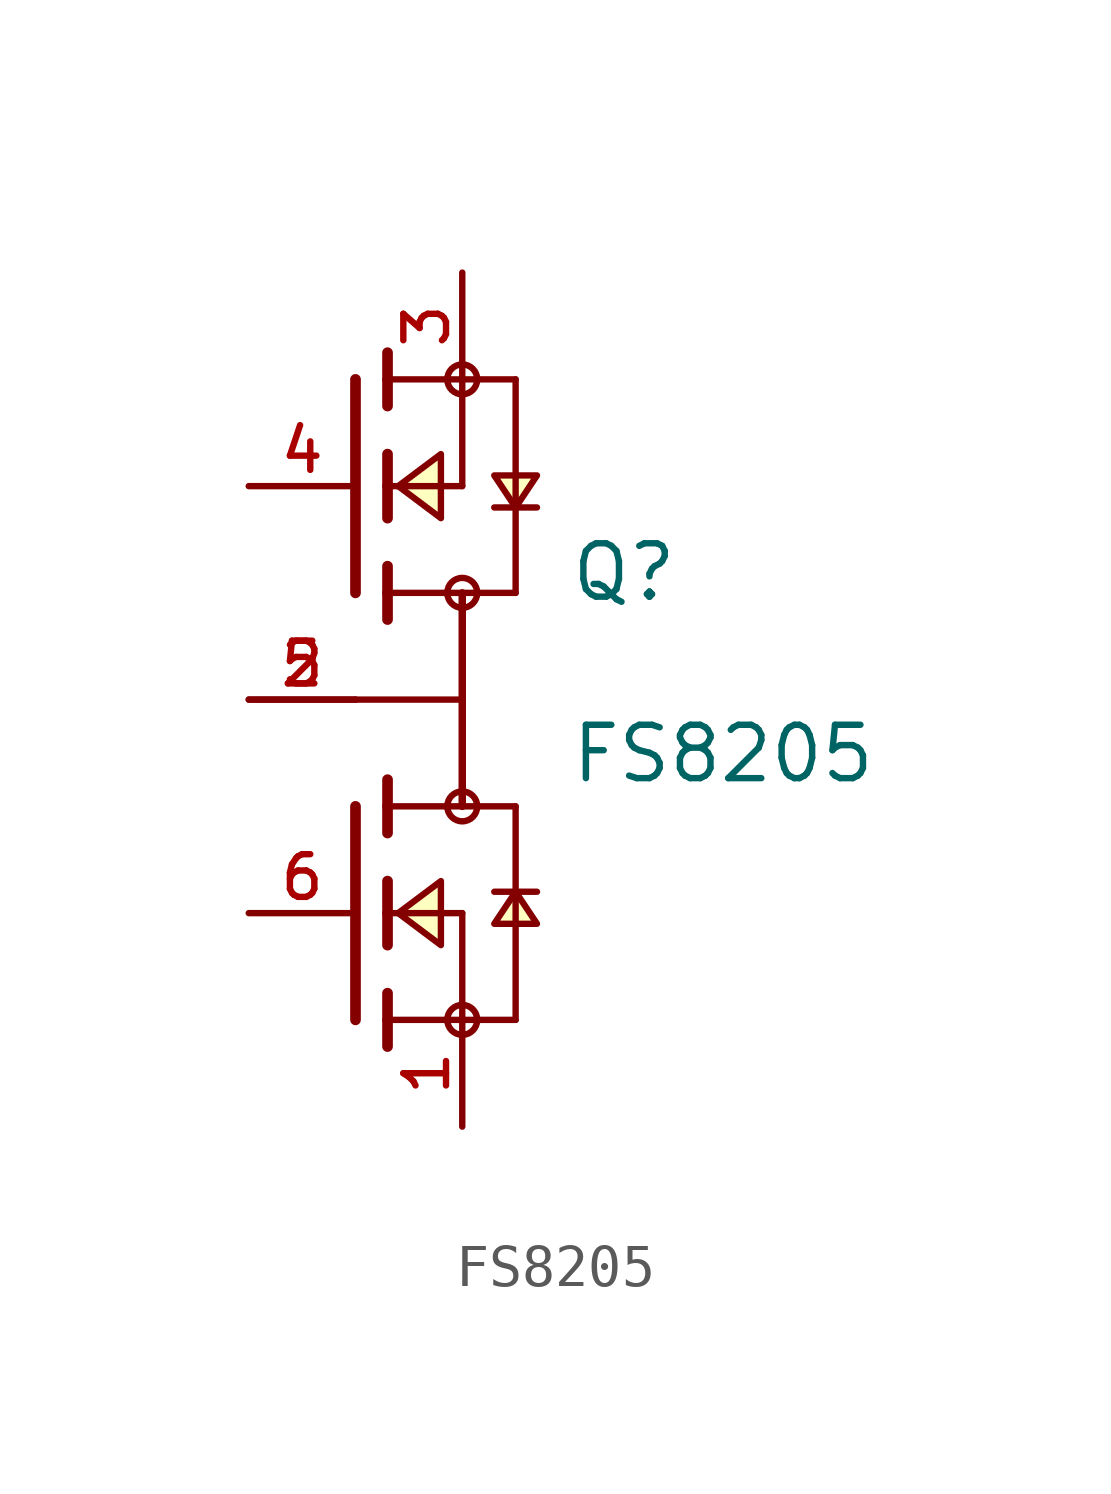
<source format=kicad_sym>
(kicad_symbol_lib
  (version 20211014)
  (generator kicad_symbol_editor)
  (symbol "FS8205"
    (pin_names
      (offset 1.016) hide)
    (property "Reference" "Q"
      (at 2.54 2.286 0)
      (effects (font (size 1.27 1.27)) (justify left bottom)))
    (property "Value" "FS8205"
      (at 2.54 -2.032 0)
      (effects (font (size 1.27 1.27)) (justify left bottom)))
    (property "ki_locked" ""
      (at 0 0 0)
      (effects (font (size 1.27 1.27))))
    (symbol "FS8205_0_0"
      (circle (center 0 -7.62) (radius 0.356) (stroke (width 0) (type default) (color 0 0 0 0)) (fill (type none)))
      (circle (center 0 -2.54) (radius 0.356) (stroke (width 0) (type default) (color 0 0 0 0)) (fill (type none)))
      (polyline (pts (xy -2.54 -2.54) (xy -2.54 -7.62)) (stroke (width 0.254) (type default) (color 0 0 0 0)) (fill (type none)))
      (polyline (pts (xy -2.54 0) (xy 0 0)) (stroke (width 0.152) (type default) (color 0 0 0 0)) (fill (type none)))
      (polyline (pts (xy -2.54 2.54) (xy -2.54 7.62)) (stroke (width 0.254) (type default) (color 0 0 0 0)) (fill (type none)))
      (polyline (pts (xy -1.778 -7.62) (xy -1.778 -8.255)) (stroke (width 0.254) (type default) (color 0 0 0 0)) (fill (type none)))
      (polyline (pts (xy -1.778 -6.985) (xy -1.778 -7.62)) (stroke (width 0.254) (type default) (color 0 0 0 0)) (fill (type none)))
      (polyline (pts (xy -1.778 -5.08) (xy -1.778 -5.842)) (stroke (width 0.254) (type default) (color 0 0 0 0)) (fill (type none)))
      (polyline (pts (xy -1.778 -5.08) (xy 0 -5.08)) (stroke (width 0.152) (type default) (color 0 0 0 0)) (fill (type none)))
      (polyline (pts (xy -1.778 -4.318) (xy -1.778 -5.08)) (stroke (width 0.254) (type default) (color 0 0 0 0)) (fill (type none)))
      (polyline (pts (xy -1.778 -2.54) (xy -1.778 -3.175)) (stroke (width 0.254) (type default) (color 0 0 0 0)) (fill (type none)))
      (polyline (pts (xy -1.778 -2.54) (xy 0 -2.54)) (stroke (width 0.152) (type default) (color 0 0 0 0)) (fill (type none)))
      (polyline (pts (xy -1.778 -1.905) (xy -1.778 -2.54)) (stroke (width 0.254) (type default) (color 0 0 0 0)) (fill (type none)))
      (polyline (pts (xy -1.778 1.905) (xy -1.778 2.54)) (stroke (width 0.254) (type default) (color 0 0 0 0)) (fill (type none)))
      (polyline (pts (xy -1.778 2.54) (xy -1.778 3.175)) (stroke (width 0.254) (type default) (color 0 0 0 0)) (fill (type none)))
      (polyline (pts (xy -1.778 2.54) (xy 0 2.54)) (stroke (width 0.152) (type default) (color 0 0 0 0)) (fill (type none)))
      (polyline (pts (xy -1.778 4.318) (xy -1.778 5.08)) (stroke (width 0.254) (type default) (color 0 0 0 0)) (fill (type none)))
      (polyline (pts (xy -1.778 5.08) (xy -1.778 5.842)) (stroke (width 0.254) (type default) (color 0 0 0 0)) (fill (type none)))
      (polyline (pts (xy -1.778 5.08) (xy 0 5.08)) (stroke (width 0.152) (type default) (color 0 0 0 0)) (fill (type none)))
      (polyline (pts (xy -1.778 6.985) (xy -1.778 7.62)) (stroke (width 0.254) (type default) (color 0 0 0 0)) (fill (type none)))
      (polyline (pts (xy -1.778 7.62) (xy -1.778 8.255)) (stroke (width 0.254) (type default) (color 0 0 0 0)) (fill (type none)))
      (polyline (pts (xy 0 -7.62) (xy -1.778 -7.62)) (stroke (width 0.152) (type default) (color 0 0 0 0)) (fill (type none)))
      (polyline (pts (xy 0 -7.62) (xy 1.27 -7.62)) (stroke (width 0.152) (type default) (color 0 0 0 0)) (fill (type none)))
      (polyline (pts (xy 0 -5.08) (xy 0 -7.62)) (stroke (width 0.152) (type default) (color 0 0 0 0)) (fill (type none)))
      (polyline (pts (xy 0 -2.54) (xy 1.27 -2.54)) (stroke (width 0.152) (type default) (color 0 0 0 0)) (fill (type none)))
      (polyline (pts (xy 0 0) (xy 0 -2.54)) (stroke (width 0.178) (type default) (color 0 0 0 0)) (fill (type none)))
      (polyline (pts (xy 0 2.54) (xy 0 0)) (stroke (width 0.178) (type default) (color 0 0 0 0)) (fill (type none)))
      (polyline (pts (xy 0 2.54) (xy 1.27 2.54)) (stroke (width 0.152) (type default) (color 0 0 0 0)) (fill (type none)))
      (polyline (pts (xy 0 5.08) (xy 0 7.62)) (stroke (width 0.152) (type default) (color 0 0 0 0)) (fill (type none)))
      (polyline (pts (xy 0 7.62) (xy -1.778 7.62)) (stroke (width 0.152) (type default) (color 0 0 0 0)) (fill (type none)))
      (polyline (pts (xy 0 7.62) (xy 1.27 7.62)) (stroke (width 0.152) (type default) (color 0 0 0 0)) (fill (type none)))
      (polyline (pts (xy 1.27 -4.572) (xy 0.762 -4.572)) (stroke (width 0.152) (type default) (color 0 0 0 0)) (fill (type none)))
      (polyline (pts (xy 1.27 -4.572) (xy 1.27 -7.62)) (stroke (width 0.152) (type default) (color 0 0 0 0)) (fill (type none)))
      (polyline (pts (xy 1.27 -2.54) (xy 1.27 -4.572)) (stroke (width 0.152) (type default) (color 0 0 0 0)) (fill (type none)))
      (polyline (pts (xy 1.27 2.54) (xy 1.27 4.572)) (stroke (width 0.152) (type default) (color 0 0 0 0)) (fill (type none)))
      (polyline (pts (xy 1.27 4.572) (xy 0.762 4.572)) (stroke (width 0.152) (type default) (color 0 0 0 0)) (fill (type none)))
      (polyline (pts (xy 1.27 4.572) (xy 1.27 7.62)) (stroke (width 0.152) (type default) (color 0 0 0 0)) (fill (type none)))
      (polyline (pts (xy 1.778 -4.572) (xy 1.27 -4.572)) (stroke (width 0.152) (type default) (color 0 0 0 0)) (fill (type none)))
      (polyline (pts (xy 1.778 4.572) (xy 1.27 4.572)) (stroke (width 0.152) (type default) (color 0 0 0 0)) (fill (type none)))
      (polyline (pts (xy -1.524 -5.08) (xy -0.508 -4.318) (xy -0.508 -5.842) (xy -1.524 -5.08)) (stroke (width 0.152) (type default) (color 0 0 0 0)) (fill (type background)))
      (polyline (pts (xy -1.524 5.08) (xy -0.508 4.318) (xy -0.508 5.842) (xy -1.524 5.08)) (stroke (width 0.152) (type default) (color 0 0 0 0)) (fill (type background)))
      (polyline (pts (xy 1.27 -4.572) (xy 0.762 -5.334) (xy 1.778 -5.334) (xy 1.27 -4.572)) (stroke (width 0.152) (type default) (color 0 0 0 0)) (fill (type background)))
      (polyline (pts (xy 1.27 4.572) (xy 0.762 5.334) (xy 1.778 5.334) (xy 1.27 4.572)) (stroke (width 0.152) (type default) (color 0 0 0 0)) (fill (type background)))
      (circle (center 0 2.54) (radius 0.356) (stroke (width 0) (type default) (color 0 0 0 0)) (fill (type none)))
      (circle (center 0 7.62) (radius 0.356) (stroke (width 0) (type default) (color 0 0 0 0)) (fill (type none)))
      (pin passive line (at 0 -10.16 90) (length 2.54) (name "~" (effects (font (size 1.016 1.016)))) (number "1" (effects (font (size 1.016 1.016)))))
      (pin passive line (at -5.08 0 0) (length 2.54) (name "~" (effects (font (size 1.016 1.016)))) (number "2" (effects (font (size 1.016 1.016)))))
      (pin passive line (at 0 10.16 270) (length 2.54) (name "~" (effects (font (size 1.016 1.016)))) (number "3" (effects (font (size 1.016 1.016)))))
      (pin passive line (at -5.08 5.08 0) (length 2.54) (name "~" (effects (font (size 1.016 1.016)))) (number "4" (effects (font (size 1.016 1.016)))))
      (pin passive line (at -5.08 0 0) (length 2.54) (name "~" (effects (font (size 1.016 1.016)))) (number "5" (effects (font (size 1.016 1.016)))))
      (pin passive line (at -5.08 -5.08 0) (length 2.54) (name "~" (effects (font (size 1.016 1.016)))) (number "6" (effects (font (size 1.016 1.016))))))))
</source>
